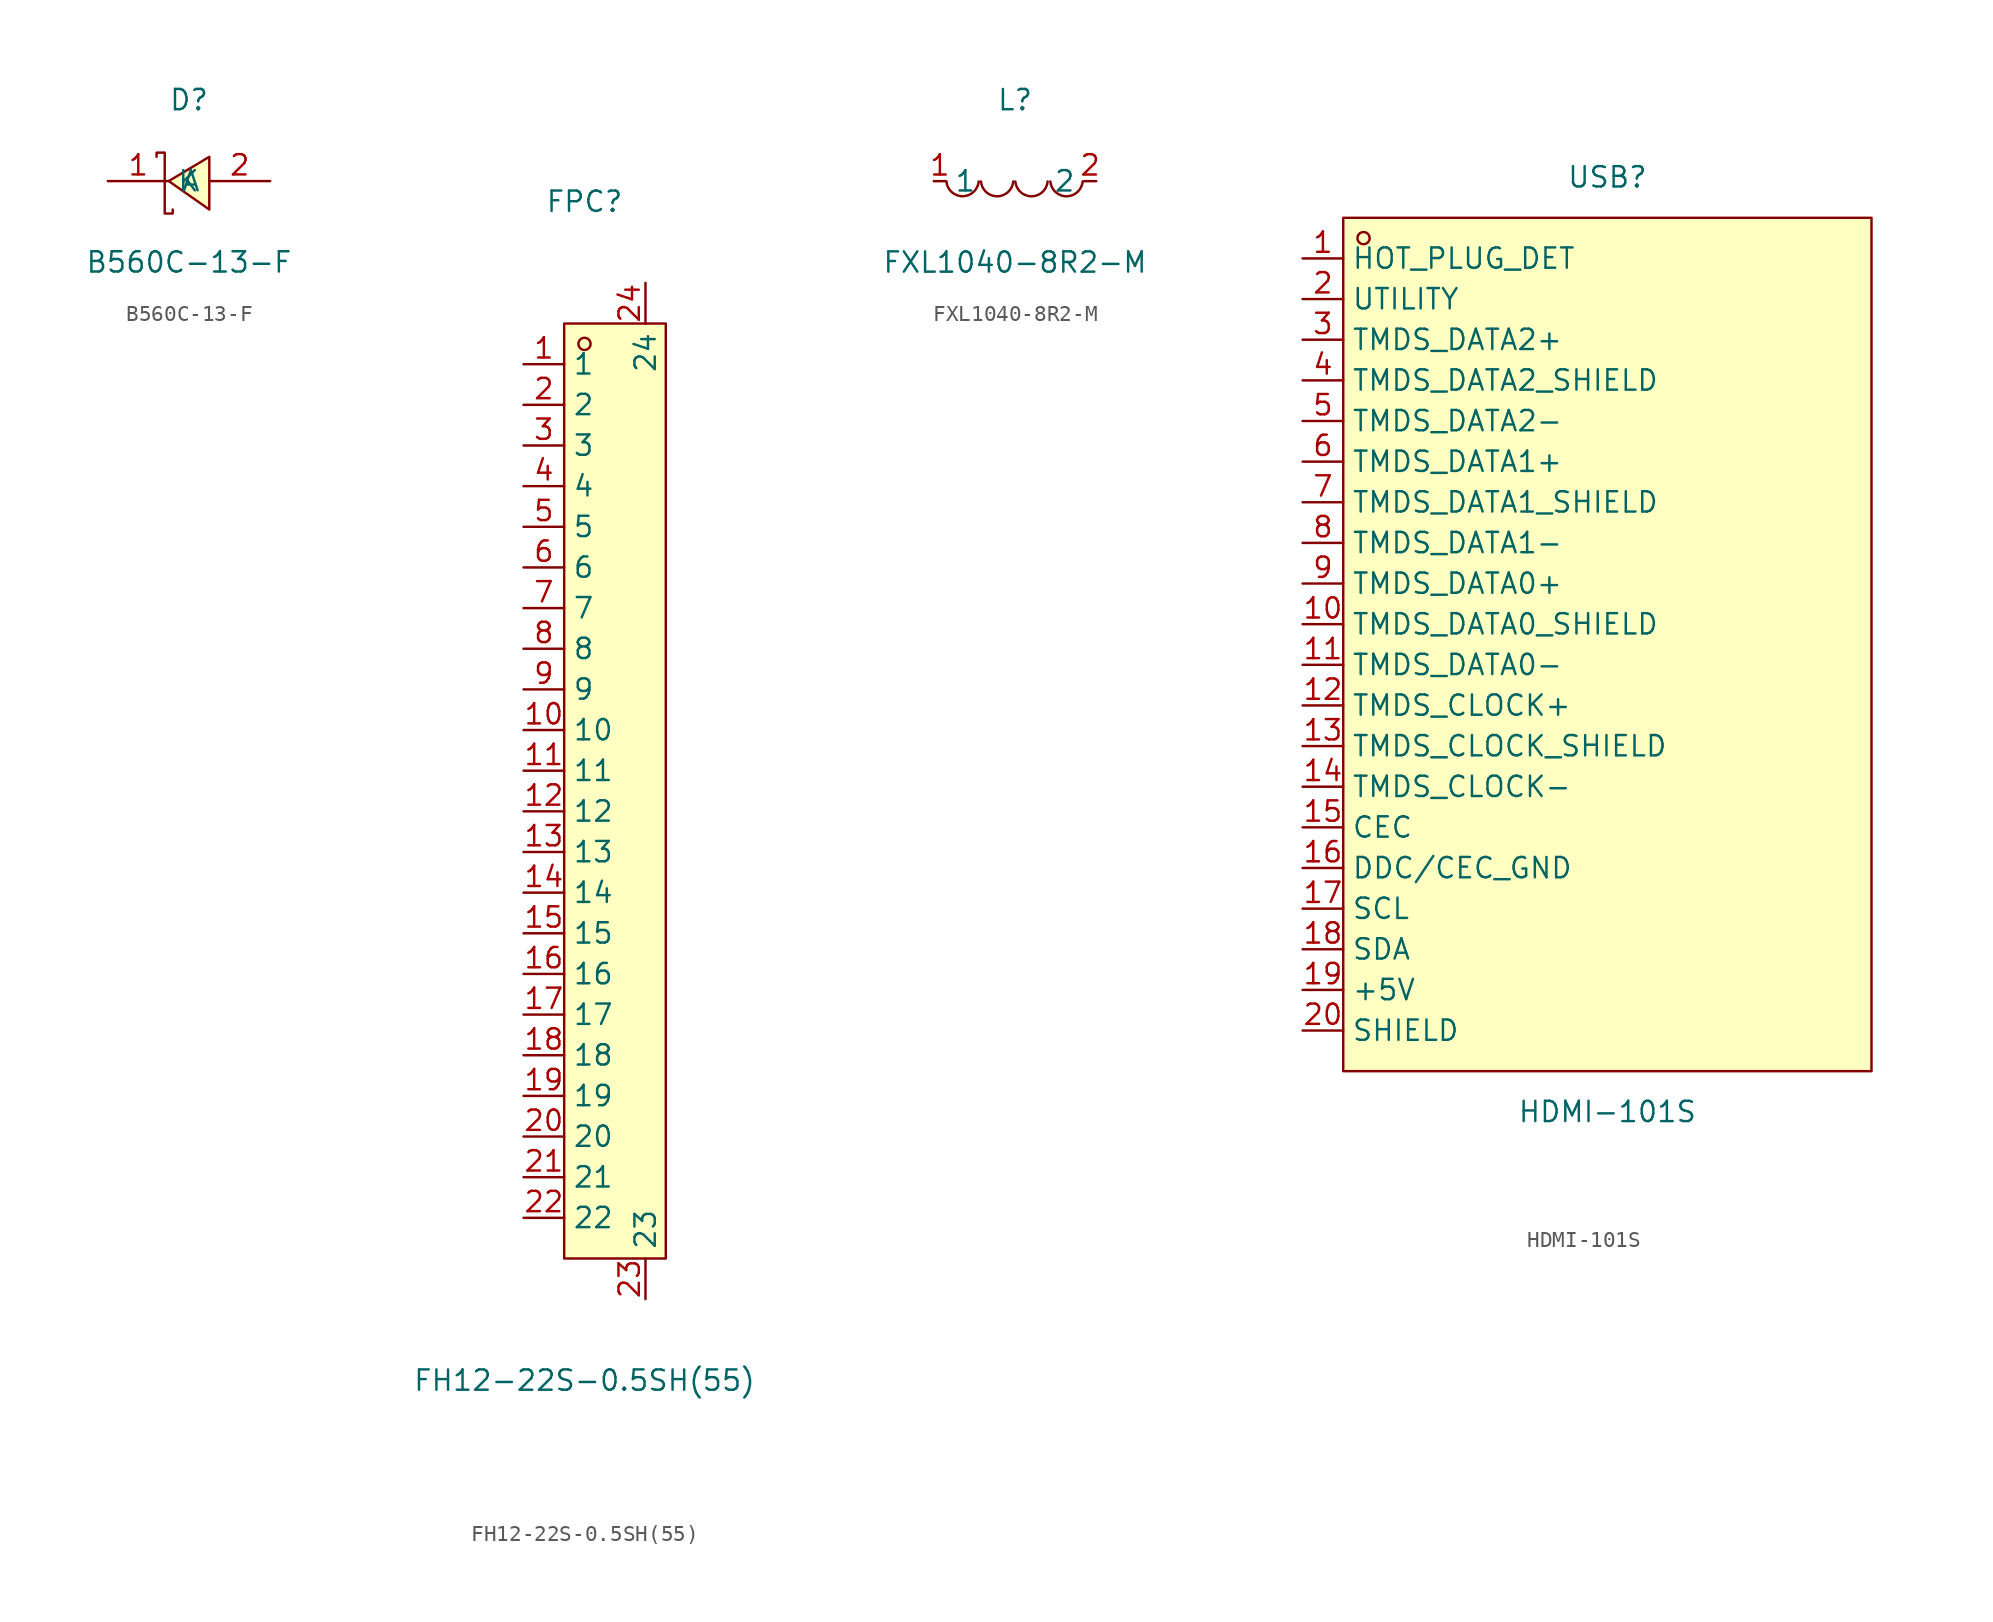
<source format=kicad_sym>
(kicad_symbol_lib
  (version 20220914)
  (generator https://github.com/uPesy/easyeda2kicad.py)
  (symbol "B560C-13-F"
    (property "Reference" "D"
      (at 0 5.08 0)
      (effects (font (size 1.27 1.27))))
    (property "Value" "B560C-13-F"
      (at 0 -5.08 0)
      (effects (font (size 1.27 1.27))))
    (symbol "B560C-13-F_0_1"
      (polyline (pts (xy 1.27 1.52) (xy -1.27 -0.00) (xy 1.27 -1.78) (xy 1.27 1.52)) (stroke (width 0) (type default) (color 0 0 0 0)) (fill (type background)))
      (polyline (pts (xy -2.03 1.52) (xy -2.03 1.78) (xy -1.52 1.78) (xy -1.52 -2.03) (xy -1.02 -2.03) (xy -1.02 -1.78)) (stroke (width 0) (type default) (color 0 0 0 0)) (fill (type none)))
      (pin unspecified line (at 5.08 -0.00 180) (length 3.81) (name "A" (effects (font (size 1.27 1.27)))) (number "2" (effects (font (size 1.27 1.27)))))
      (pin unspecified line (at -5.08 -0.00 0) (length 3.81) (name "K" (effects (font (size 1.27 1.27)))) (number "1" (effects (font (size 1.27 1.27)))))))
  (symbol "FH12-22S-0.5SH(55)"
    (property "Reference" "FPC"
      (at 0 36.83 0)
      (effects (font (size 1.27 1.27))))
    (property "Value" "FH12-22S-0.5SH(55)"
      (at 0 -36.83 0)
      (effects (font (size 1.27 1.27))))
    (symbol "FH12-22S-0.5SH(55)_0_1"
      (rectangle (start -1.27 29.21) (end 5.08 -29.21) (stroke (width 0) (type default) (color 0 0 0 0)) (fill (type background)))
      (circle (center 0.00 27.94) (radius 0.38) (stroke (width 0) (type default) (color 0 0 0 0)) (fill (type none)))
      (pin unspecified line (at -3.81 26.67 0) (length 2.54) (name "1" (effects (font (size 1.27 1.27)))) (number "1" (effects (font (size 1.27 1.27)))))
      (pin unspecified line (at -3.81 24.13 0) (length 2.54) (name "2" (effects (font (size 1.27 1.27)))) (number "2" (effects (font (size 1.27 1.27)))))
      (pin unspecified line (at -3.81 21.59 0) (length 2.54) (name "3" (effects (font (size 1.27 1.27)))) (number "3" (effects (font (size 1.27 1.27)))))
      (pin unspecified line (at -3.81 19.05 0) (length 2.54) (name "4" (effects (font (size 1.27 1.27)))) (number "4" (effects (font (size 1.27 1.27)))))
      (pin unspecified line (at -3.81 16.51 0) (length 2.54) (name "5" (effects (font (size 1.27 1.27)))) (number "5" (effects (font (size 1.27 1.27)))))
      (pin unspecified line (at -3.81 13.97 0) (length 2.54) (name "6" (effects (font (size 1.27 1.27)))) (number "6" (effects (font (size 1.27 1.27)))))
      (pin unspecified line (at -3.81 11.43 0) (length 2.54) (name "7" (effects (font (size 1.27 1.27)))) (number "7" (effects (font (size 1.27 1.27)))))
      (pin unspecified line (at -3.81 8.89 0) (length 2.54) (name "8" (effects (font (size 1.27 1.27)))) (number "8" (effects (font (size 1.27 1.27)))))
      (pin unspecified line (at -3.81 6.35 0) (length 2.54) (name "9" (effects (font (size 1.27 1.27)))) (number "9" (effects (font (size 1.27 1.27)))))
      (pin unspecified line (at -3.81 3.81 0) (length 2.54) (name "10" (effects (font (size 1.27 1.27)))) (number "10" (effects (font (size 1.27 1.27)))))
      (pin unspecified line (at -3.81 1.27 0) (length 2.54) (name "11" (effects (font (size 1.27 1.27)))) (number "11" (effects (font (size 1.27 1.27)))))
      (pin unspecified line (at -3.81 -1.27 0) (length 2.54) (name "12" (effects (font (size 1.27 1.27)))) (number "12" (effects (font (size 1.27 1.27)))))
      (pin unspecified line (at -3.81 -3.81 0) (length 2.54) (name "13" (effects (font (size 1.27 1.27)))) (number "13" (effects (font (size 1.27 1.27)))))
      (pin unspecified line (at -3.81 -6.35 0) (length 2.54) (name "14" (effects (font (size 1.27 1.27)))) (number "14" (effects (font (size 1.27 1.27)))))
      (pin unspecified line (at -3.81 -8.89 0) (length 2.54) (name "15" (effects (font (size 1.27 1.27)))) (number "15" (effects (font (size 1.27 1.27)))))
      (pin unspecified line (at -3.81 -11.43 0) (length 2.54) (name "16" (effects (font (size 1.27 1.27)))) (number "16" (effects (font (size 1.27 1.27)))))
      (pin unspecified line (at -3.81 -13.97 0) (length 2.54) (name "17" (effects (font (size 1.27 1.27)))) (number "17" (effects (font (size 1.27 1.27)))))
      (pin unspecified line (at -3.81 -16.51 0) (length 2.54) (name "18" (effects (font (size 1.27 1.27)))) (number "18" (effects (font (size 1.27 1.27)))))
      (pin unspecified line (at -3.81 -19.05 0) (length 2.54) (name "19" (effects (font (size 1.27 1.27)))) (number "19" (effects (font (size 1.27 1.27)))))
      (pin unspecified line (at -3.81 -21.59 0) (length 2.54) (name "20" (effects (font (size 1.27 1.27)))) (number "20" (effects (font (size 1.27 1.27)))))
      (pin unspecified line (at -3.81 -24.13 0) (length 2.54) (name "21" (effects (font (size 1.27 1.27)))) (number "21" (effects (font (size 1.27 1.27)))))
      (pin unspecified line (at -3.81 -26.67 0) (length 2.54) (name "22" (effects (font (size 1.27 1.27)))) (number "22" (effects (font (size 1.27 1.27)))))
      (pin unspecified line (at 3.81 -31.75 90) (length 2.54) (name "23" (effects (font (size 1.27 1.27)))) (number "23" (effects (font (size 1.27 1.27)))))
      (pin unspecified line (at 3.81 31.75 270) (length 2.54) (name "24" (effects (font (size 1.27 1.27)))) (number "24" (effects (font (size 1.27 1.27)))))))
  (symbol "FXL1040-8R2-M"
    (property "Reference" "L"
      (at 0 5.08 0)
      (effects (font (size 1.27 1.27))))
    (property "Value" "FXL1040-8R2-M"
      (at 0 -5.08 0)
      (effects (font (size 1.27 1.27))))
    (symbol "FXL1040-8R2-M_0_1"
      (arc (start -4.29 -0.02) (mid -2.81 -1.01) (end -2.27 -0.02) (stroke (width 0) (type default) (color 0 0 0 0)) (fill (type none)))
      (arc (start -2.13 -0.02) (mid -0.66 -1.01) (end -0.11 -0.02) (stroke (width 0) (type default) (color 0 0 0 0)) (fill (type none)))
      (arc (start 0.02 -0.02) (mid 1.49 -1.01) (end 2.04 -0.02) (stroke (width 0) (type default) (color 0 0 0 0)) (fill (type none)))
      (arc (start 2.21 -0.02) (mid 3.68 -1.01) (end 4.23 -0.02) (stroke (width 0) (type default) (color 0 0 0 0)) (fill (type none)))
      (pin unspecified line (at 5.08 -0.00 180) (length 0.762) (name "2" (effects (font (size 1.27 1.27)))) (number "2" (effects (font (size 1.27 1.27)))))
      (pin unspecified line (at -5.08 -0.00 0) (length 0.762) (name "1" (effects (font (size 1.27 1.27)))) (number "1" (effects (font (size 1.27 1.27)))))))
  (symbol "HDMI-101S"
    (property "Reference" "USB"
      (at 0 29.21 0)
      (effects (font (size 1.27 1.27))))
    (property "Value" "HDMI-101S"
      (at 0 -29.21 0)
      (effects (font (size 1.27 1.27))))
    (symbol "HDMI-101S_0_1"
      (rectangle (start -16.51 26.67) (end 16.51 -26.67) (stroke (width 0) (type default) (color 0 0 0 0)) (fill (type background)))
      (circle (center -15.24 25.40) (radius 0.38) (stroke (width 0) (type default) (color 0 0 0 0)) (fill (type none)))
      (pin unspecified line (at -19.05 24.13 0) (length 2.54) (name "HOT_PLUG_DET" (effects (font (size 1.27 1.27)))) (number "1" (effects (font (size 1.27 1.27)))))
      (pin unspecified line (at -19.05 21.59 0) (length 2.54) (name "UTILITY" (effects (font (size 1.27 1.27)))) (number "2" (effects (font (size 1.27 1.27)))))
      (pin unspecified line (at -19.05 19.05 0) (length 2.54) (name "TMDS_DATA2+" (effects (font (size 1.27 1.27)))) (number "3" (effects (font (size 1.27 1.27)))))
      (pin unspecified line (at -19.05 16.51 0) (length 2.54) (name "TMDS_DATA2_SHIELD" (effects (font (size 1.27 1.27)))) (number "4" (effects (font (size 1.27 1.27)))))
      (pin unspecified line (at -19.05 13.97 0) (length 2.54) (name "TMDS_DATA2-" (effects (font (size 1.27 1.27)))) (number "5" (effects (font (size 1.27 1.27)))))
      (pin unspecified line (at -19.05 11.43 0) (length 2.54) (name "TMDS_DATA1+" (effects (font (size 1.27 1.27)))) (number "6" (effects (font (size 1.27 1.27)))))
      (pin unspecified line (at -19.05 8.89 0) (length 2.54) (name "TMDS_DATA1_SHIELD" (effects (font (size 1.27 1.27)))) (number "7" (effects (font (size 1.27 1.27)))))
      (pin unspecified line (at -19.05 6.35 0) (length 2.54) (name "TMDS_DATA1-" (effects (font (size 1.27 1.27)))) (number "8" (effects (font (size 1.27 1.27)))))
      (pin unspecified line (at -19.05 3.81 0) (length 2.54) (name "TMDS_DATA0+" (effects (font (size 1.27 1.27)))) (number "9" (effects (font (size 1.27 1.27)))))
      (pin unspecified line (at -19.05 1.27 0) (length 2.54) (name "TMDS_DATA0_SHIELD" (effects (font (size 1.27 1.27)))) (number "10" (effects (font (size 1.27 1.27)))))
      (pin unspecified line (at -19.05 -1.27 0) (length 2.54) (name "TMDS_DATA0-" (effects (font (size 1.27 1.27)))) (number "11" (effects (font (size 1.27 1.27)))))
      (pin unspecified line (at -19.05 -3.81 0) (length 2.54) (name "TMDS_CLOCK+" (effects (font (size 1.27 1.27)))) (number "12" (effects (font (size 1.27 1.27)))))
      (pin unspecified line (at -19.05 -6.35 0) (length 2.54) (name "TMDS_CLOCK_SHIELD" (effects (font (size 1.27 1.27)))) (number "13" (effects (font (size 1.27 1.27)))))
      (pin unspecified line (at -19.05 -8.89 0) (length 2.54) (name "TMDS_CLOCK-" (effects (font (size 1.27 1.27)))) (number "14" (effects (font (size 1.27 1.27)))))
      (pin unspecified line (at -19.05 -11.43 0) (length 2.54) (name "CEC" (effects (font (size 1.27 1.27)))) (number "15" (effects (font (size 1.27 1.27)))))
      (pin unspecified line (at -19.05 -13.97 0) (length 2.54) (name "DDC/CEC_GND" (effects (font (size 1.27 1.27)))) (number "16" (effects (font (size 1.27 1.27)))))
      (pin unspecified line (at -19.05 -16.51 0) (length 2.54) (name "SCL" (effects (font (size 1.27 1.27)))) (number "17" (effects (font (size 1.27 1.27)))))
      (pin unspecified line (at -19.05 -19.05 0) (length 2.54) (name "SDA" (effects (font (size 1.27 1.27)))) (number "18" (effects (font (size 1.27 1.27)))))
      (pin unspecified line (at -19.05 -21.59 0) (length 2.54) (name "+5V" (effects (font (size 1.27 1.27)))) (number "19" (effects (font (size 1.27 1.27)))))
      (pin unspecified line (at -19.05 -24.13 0) (length 2.54) (name "SHIELD" (effects (font (size 1.27 1.27)))) (number "20" (effects (font (size 1.27 1.27))))))))
</source>
